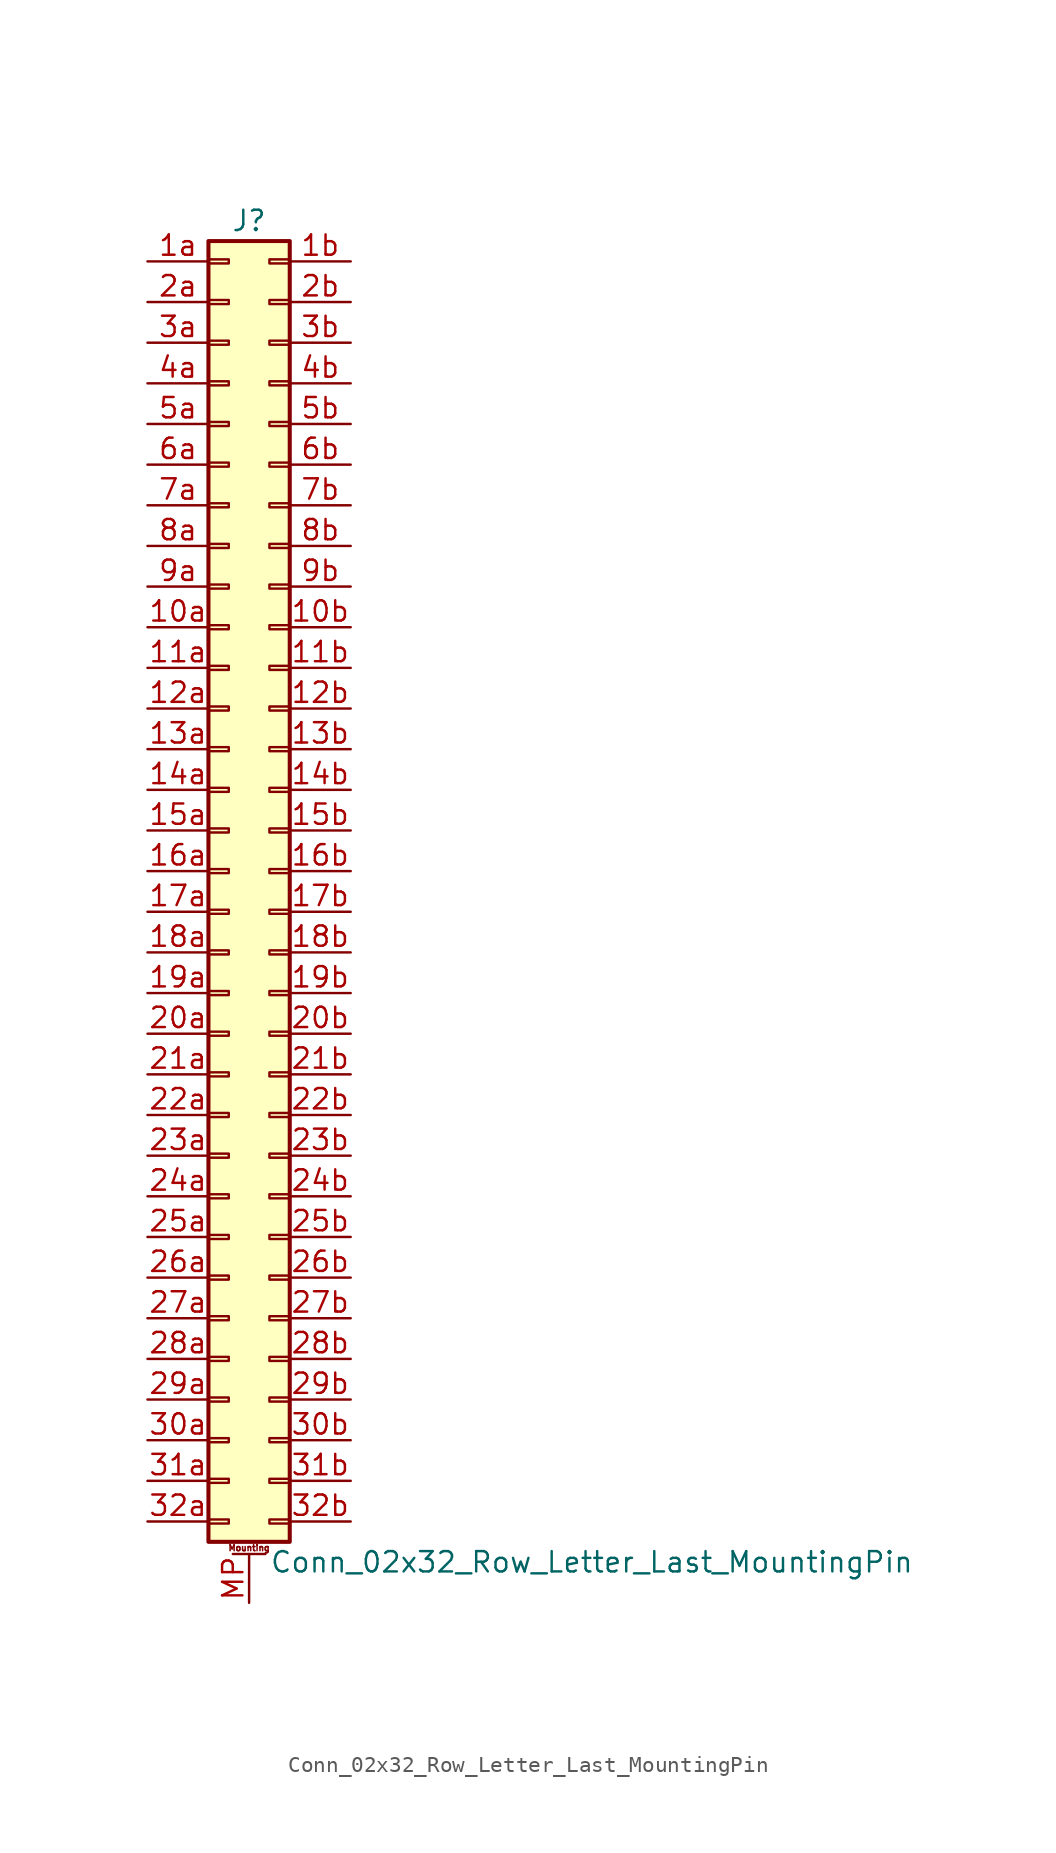
<source format=kicad_sym>
(kicad_symbol_lib
  (version 20220914)
  (generator kicad_symbol_editor)
  (symbol "Conn_02x32_Row_Letter_Last_MountingPin"
    (pin_names
      (offset 1.016) hide)
    (property "Reference" "J"
      (at 1.27 40.64 0)
      (effects (font (size 1.27 1.27))))
    (property "Value" "Conn_02x32_Row_Letter_Last_MountingPin"
      (at 2.54 -43.18 0)
      (effects (font (size 1.27 1.27)) (justify left)))
    (symbol "Conn_02x32_Row_Letter_Last_MountingPin_1_1"
      (rectangle (start -1.27 -40.513) (end 0 -40.767) (stroke (width 0.152) (type default)) (fill (type none)))
      (rectangle (start -1.27 -37.973) (end 0 -38.227) (stroke (width 0.152) (type default)) (fill (type none)))
      (rectangle (start -1.27 -35.433) (end 0 -35.687) (stroke (width 0.152) (type default)) (fill (type none)))
      (rectangle (start -1.27 -32.893) (end 0 -33.147) (stroke (width 0.152) (type default)) (fill (type none)))
      (rectangle (start -1.27 -30.353) (end 0 -30.607) (stroke (width 0.152) (type default)) (fill (type none)))
      (rectangle (start -1.27 -27.813) (end 0 -28.067) (stroke (width 0.152) (type default)) (fill (type none)))
      (rectangle (start -1.27 -25.273) (end 0 -25.527) (stroke (width 0.152) (type default)) (fill (type none)))
      (rectangle (start -1.27 -22.733) (end 0 -22.987) (stroke (width 0.152) (type default)) (fill (type none)))
      (rectangle (start -1.27 -20.193) (end 0 -20.447) (stroke (width 0.152) (type default)) (fill (type none)))
      (rectangle (start -1.27 -17.653) (end 0 -17.907) (stroke (width 0.152) (type default)) (fill (type none)))
      (rectangle (start -1.27 -15.113) (end 0 -15.367) (stroke (width 0.152) (type default)) (fill (type none)))
      (rectangle (start -1.27 -12.573) (end 0 -12.827) (stroke (width 0.152) (type default)) (fill (type none)))
      (rectangle (start -1.27 -10.033) (end 0 -10.287) (stroke (width 0.152) (type default)) (fill (type none)))
      (rectangle (start -1.27 -7.493) (end 0 -7.747) (stroke (width 0.152) (type default)) (fill (type none)))
      (rectangle (start -1.27 -4.953) (end 0 -5.207) (stroke (width 0.152) (type default)) (fill (type none)))
      (rectangle (start -1.27 -2.413) (end 0 -2.667) (stroke (width 0.152) (type default)) (fill (type none)))
      (rectangle (start -1.27 0.127) (end 0 -0.127) (stroke (width 0.152) (type default)) (fill (type none)))
      (rectangle (start -1.27 2.667) (end 0 2.413) (stroke (width 0.152) (type default)) (fill (type none)))
      (rectangle (start -1.27 5.207) (end 0 4.953) (stroke (width 0.152) (type default)) (fill (type none)))
      (rectangle (start -1.27 7.747) (end 0 7.493) (stroke (width 0.152) (type default)) (fill (type none)))
      (rectangle (start -1.27 10.287) (end 0 10.033) (stroke (width 0.152) (type default)) (fill (type none)))
      (rectangle (start -1.27 12.827) (end 0 12.573) (stroke (width 0.152) (type default)) (fill (type none)))
      (rectangle (start -1.27 15.367) (end 0 15.113) (stroke (width 0.152) (type default)) (fill (type none)))
      (rectangle (start -1.27 17.907) (end 0 17.653) (stroke (width 0.152) (type default)) (fill (type none)))
      (rectangle (start -1.27 20.447) (end 0 20.193) (stroke (width 0.152) (type default)) (fill (type none)))
      (rectangle (start -1.27 22.987) (end 0 22.733) (stroke (width 0.152) (type default)) (fill (type none)))
      (rectangle (start -1.27 25.527) (end 0 25.273) (stroke (width 0.152) (type default)) (fill (type none)))
      (rectangle (start -1.27 28.067) (end 0 27.813) (stroke (width 0.152) (type default)) (fill (type none)))
      (rectangle (start -1.27 30.607) (end 0 30.353) (stroke (width 0.152) (type default)) (fill (type none)))
      (rectangle (start -1.27 33.147) (end 0 32.893) (stroke (width 0.152) (type default)) (fill (type none)))
      (rectangle (start -1.27 35.687) (end 0 35.433) (stroke (width 0.152) (type default)) (fill (type none)))
      (rectangle (start -1.27 38.227) (end 0 37.973) (stroke (width 0.152) (type default)) (fill (type none)))
      (rectangle (start -1.27 39.37) (end 3.81 -41.91) (stroke (width 0.254) (type default)) (fill (type background)))
      (polyline (pts (xy 0.254 -42.672) (xy 2.286 -42.672)) (stroke (width 0.152) (type default)) (fill (type none)))
      (rectangle (start 3.81 -40.513) (end 2.54 -40.767) (stroke (width 0.152) (type default)) (fill (type none)))
      (rectangle (start 3.81 -37.973) (end 2.54 -38.227) (stroke (width 0.152) (type default)) (fill (type none)))
      (rectangle (start 3.81 -35.433) (end 2.54 -35.687) (stroke (width 0.152) (type default)) (fill (type none)))
      (rectangle (start 3.81 -32.893) (end 2.54 -33.147) (stroke (width 0.152) (type default)) (fill (type none)))
      (rectangle (start 3.81 -30.353) (end 2.54 -30.607) (stroke (width 0.152) (type default)) (fill (type none)))
      (rectangle (start 3.81 -27.813) (end 2.54 -28.067) (stroke (width 0.152) (type default)) (fill (type none)))
      (rectangle (start 3.81 -25.273) (end 2.54 -25.527) (stroke (width 0.152) (type default)) (fill (type none)))
      (rectangle (start 3.81 -22.733) (end 2.54 -22.987) (stroke (width 0.152) (type default)) (fill (type none)))
      (rectangle (start 3.81 -20.193) (end 2.54 -20.447) (stroke (width 0.152) (type default)) (fill (type none)))
      (rectangle (start 3.81 -17.653) (end 2.54 -17.907) (stroke (width 0.152) (type default)) (fill (type none)))
      (rectangle (start 3.81 -15.113) (end 2.54 -15.367) (stroke (width 0.152) (type default)) (fill (type none)))
      (rectangle (start 3.81 -12.573) (end 2.54 -12.827) (stroke (width 0.152) (type default)) (fill (type none)))
      (rectangle (start 3.81 -10.033) (end 2.54 -10.287) (stroke (width 0.152) (type default)) (fill (type none)))
      (rectangle (start 3.81 -7.493) (end 2.54 -7.747) (stroke (width 0.152) (type default)) (fill (type none)))
      (rectangle (start 3.81 -4.953) (end 2.54 -5.207) (stroke (width 0.152) (type default)) (fill (type none)))
      (rectangle (start 3.81 -2.413) (end 2.54 -2.667) (stroke (width 0.152) (type default)) (fill (type none)))
      (rectangle (start 3.81 0.127) (end 2.54 -0.127) (stroke (width 0.152) (type default)) (fill (type none)))
      (rectangle (start 3.81 2.667) (end 2.54 2.413) (stroke (width 0.152) (type default)) (fill (type none)))
      (rectangle (start 3.81 5.207) (end 2.54 4.953) (stroke (width 0.152) (type default)) (fill (type none)))
      (rectangle (start 3.81 7.747) (end 2.54 7.493) (stroke (width 0.152) (type default)) (fill (type none)))
      (rectangle (start 3.81 10.287) (end 2.54 10.033) (stroke (width 0.152) (type default)) (fill (type none)))
      (rectangle (start 3.81 12.827) (end 2.54 12.573) (stroke (width 0.152) (type default)) (fill (type none)))
      (rectangle (start 3.81 15.367) (end 2.54 15.113) (stroke (width 0.152) (type default)) (fill (type none)))
      (rectangle (start 3.81 17.907) (end 2.54 17.653) (stroke (width 0.152) (type default)) (fill (type none)))
      (rectangle (start 3.81 20.447) (end 2.54 20.193) (stroke (width 0.152) (type default)) (fill (type none)))
      (rectangle (start 3.81 22.987) (end 2.54 22.733) (stroke (width 0.152) (type default)) (fill (type none)))
      (rectangle (start 3.81 25.527) (end 2.54 25.273) (stroke (width 0.152) (type default)) (fill (type none)))
      (rectangle (start 3.81 28.067) (end 2.54 27.813) (stroke (width 0.152) (type default)) (fill (type none)))
      (rectangle (start 3.81 30.607) (end 2.54 30.353) (stroke (width 0.152) (type default)) (fill (type none)))
      (rectangle (start 3.81 33.147) (end 2.54 32.893) (stroke (width 0.152) (type default)) (fill (type none)))
      (rectangle (start 3.81 35.687) (end 2.54 35.433) (stroke (width 0.152) (type default)) (fill (type none)))
      (rectangle (start 3.81 38.227) (end 2.54 37.973) (stroke (width 0.152) (type default)) (fill (type none)))
      (text "Mounting" (at 1.27 -42.291 0) (effects (font (size 0.381 0.381))))
      (pin passive line (at -5.08 15.24 0) (length 3.81) (name "Pin_10a" (effects (font (size 1.27 1.27)))) (number "10a" (effects (font (size 1.27 1.27)))))
      (pin passive line (at 7.62 15.24 180) (length 3.81) (name "Pin_10b" (effects (font (size 1.27 1.27)))) (number "10b" (effects (font (size 1.27 1.27)))))
      (pin passive line (at -5.08 12.7 0) (length 3.81) (name "Pin_11a" (effects (font (size 1.27 1.27)))) (number "11a" (effects (font (size 1.27 1.27)))))
      (pin passive line (at 7.62 12.7 180) (length 3.81) (name "Pin_11b" (effects (font (size 1.27 1.27)))) (number "11b" (effects (font (size 1.27 1.27)))))
      (pin passive line (at -5.08 10.16 0) (length 3.81) (name "Pin_12a" (effects (font (size 1.27 1.27)))) (number "12a" (effects (font (size 1.27 1.27)))))
      (pin passive line (at 7.62 10.16 180) (length 3.81) (name "Pin_12b" (effects (font (size 1.27 1.27)))) (number "12b" (effects (font (size 1.27 1.27)))))
      (pin passive line (at -5.08 7.62 0) (length 3.81) (name "Pin_13a" (effects (font (size 1.27 1.27)))) (number "13a" (effects (font (size 1.27 1.27)))))
      (pin passive line (at 7.62 7.62 180) (length 3.81) (name "Pin_13b" (effects (font (size 1.27 1.27)))) (number "13b" (effects (font (size 1.27 1.27)))))
      (pin passive line (at -5.08 5.08 0) (length 3.81) (name "Pin_14a" (effects (font (size 1.27 1.27)))) (number "14a" (effects (font (size 1.27 1.27)))))
      (pin passive line (at 7.62 5.08 180) (length 3.81) (name "Pin_14b" (effects (font (size 1.27 1.27)))) (number "14b" (effects (font (size 1.27 1.27)))))
      (pin passive line (at -5.08 2.54 0) (length 3.81) (name "Pin_15a" (effects (font (size 1.27 1.27)))) (number "15a" (effects (font (size 1.27 1.27)))))
      (pin passive line (at 7.62 2.54 180) (length 3.81) (name "Pin_15b" (effects (font (size 1.27 1.27)))) (number "15b" (effects (font (size 1.27 1.27)))))
      (pin passive line (at -5.08 0 0) (length 3.81) (name "Pin_16a" (effects (font (size 1.27 1.27)))) (number "16a" (effects (font (size 1.27 1.27)))))
      (pin passive line (at 7.62 0 180) (length 3.81) (name "Pin_16b" (effects (font (size 1.27 1.27)))) (number "16b" (effects (font (size 1.27 1.27)))))
      (pin passive line (at -5.08 -2.54 0) (length 3.81) (name "Pin_17a" (effects (font (size 1.27 1.27)))) (number "17a" (effects (font (size 1.27 1.27)))))
      (pin passive line (at 7.62 -2.54 180) (length 3.81) (name "Pin_17b" (effects (font (size 1.27 1.27)))) (number "17b" (effects (font (size 1.27 1.27)))))
      (pin passive line (at -5.08 -5.08 0) (length 3.81) (name "Pin_18a" (effects (font (size 1.27 1.27)))) (number "18a" (effects (font (size 1.27 1.27)))))
      (pin passive line (at 7.62 -5.08 180) (length 3.81) (name "Pin_18b" (effects (font (size 1.27 1.27)))) (number "18b" (effects (font (size 1.27 1.27)))))
      (pin passive line (at -5.08 -7.62 0) (length 3.81) (name "Pin_19a" (effects (font (size 1.27 1.27)))) (number "19a" (effects (font (size 1.27 1.27)))))
      (pin passive line (at 7.62 -7.62 180) (length 3.81) (name "Pin_19b" (effects (font (size 1.27 1.27)))) (number "19b" (effects (font (size 1.27 1.27)))))
      (pin passive line (at -5.08 38.1 0) (length 3.81) (name "Pin_1a" (effects (font (size 1.27 1.27)))) (number "1a" (effects (font (size 1.27 1.27)))))
      (pin passive line (at 7.62 38.1 180) (length 3.81) (name "Pin_1b" (effects (font (size 1.27 1.27)))) (number "1b" (effects (font (size 1.27 1.27)))))
      (pin passive line (at -5.08 -10.16 0) (length 3.81) (name "Pin_20a" (effects (font (size 1.27 1.27)))) (number "20a" (effects (font (size 1.27 1.27)))))
      (pin passive line (at 7.62 -10.16 180) (length 3.81) (name "Pin_20b" (effects (font (size 1.27 1.27)))) (number "20b" (effects (font (size 1.27 1.27)))))
      (pin passive line (at -5.08 -12.7 0) (length 3.81) (name "Pin_21a" (effects (font (size 1.27 1.27)))) (number "21a" (effects (font (size 1.27 1.27)))))
      (pin passive line (at 7.62 -12.7 180) (length 3.81) (name "Pin_21b" (effects (font (size 1.27 1.27)))) (number "21b" (effects (font (size 1.27 1.27)))))
      (pin passive line (at -5.08 -15.24 0) (length 3.81) (name "Pin_22a" (effects (font (size 1.27 1.27)))) (number "22a" (effects (font (size 1.27 1.27)))))
      (pin passive line (at 7.62 -15.24 180) (length 3.81) (name "Pin_22b" (effects (font (size 1.27 1.27)))) (number "22b" (effects (font (size 1.27 1.27)))))
      (pin passive line (at -5.08 -17.78 0) (length 3.81) (name "Pin_23a" (effects (font (size 1.27 1.27)))) (number "23a" (effects (font (size 1.27 1.27)))))
      (pin passive line (at 7.62 -17.78 180) (length 3.81) (name "Pin_23b" (effects (font (size 1.27 1.27)))) (number "23b" (effects (font (size 1.27 1.27)))))
      (pin passive line (at -5.08 -20.32 0) (length 3.81) (name "Pin_24a" (effects (font (size 1.27 1.27)))) (number "24a" (effects (font (size 1.27 1.27)))))
      (pin passive line (at 7.62 -20.32 180) (length 3.81) (name "Pin_24b" (effects (font (size 1.27 1.27)))) (number "24b" (effects (font (size 1.27 1.27)))))
      (pin passive line (at -5.08 -22.86 0) (length 3.81) (name "Pin_25a" (effects (font (size 1.27 1.27)))) (number "25a" (effects (font (size 1.27 1.27)))))
      (pin passive line (at 7.62 -22.86 180) (length 3.81) (name "Pin_25b" (effects (font (size 1.27 1.27)))) (number "25b" (effects (font (size 1.27 1.27)))))
      (pin passive line (at -5.08 -25.4 0) (length 3.81) (name "Pin_26a" (effects (font (size 1.27 1.27)))) (number "26a" (effects (font (size 1.27 1.27)))))
      (pin passive line (at 7.62 -25.4 180) (length 3.81) (name "Pin_26b" (effects (font (size 1.27 1.27)))) (number "26b" (effects (font (size 1.27 1.27)))))
      (pin passive line (at -5.08 -27.94 0) (length 3.81) (name "Pin_27a" (effects (font (size 1.27 1.27)))) (number "27a" (effects (font (size 1.27 1.27)))))
      (pin passive line (at 7.62 -27.94 180) (length 3.81) (name "Pin_27b" (effects (font (size 1.27 1.27)))) (number "27b" (effects (font (size 1.27 1.27)))))
      (pin passive line (at -5.08 -30.48 0) (length 3.81) (name "Pin_28a" (effects (font (size 1.27 1.27)))) (number "28a" (effects (font (size 1.27 1.27)))))
      (pin passive line (at 7.62 -30.48 180) (length 3.81) (name "Pin_28b" (effects (font (size 1.27 1.27)))) (number "28b" (effects (font (size 1.27 1.27)))))
      (pin passive line (at -5.08 -33.02 0) (length 3.81) (name "Pin_29a" (effects (font (size 1.27 1.27)))) (number "29a" (effects (font (size 1.27 1.27)))))
      (pin passive line (at 7.62 -33.02 180) (length 3.81) (name "Pin_29b" (effects (font (size 1.27 1.27)))) (number "29b" (effects (font (size 1.27 1.27)))))
      (pin passive line (at -5.08 35.56 0) (length 3.81) (name "Pin_2a" (effects (font (size 1.27 1.27)))) (number "2a" (effects (font (size 1.27 1.27)))))
      (pin passive line (at 7.62 35.56 180) (length 3.81) (name "Pin_2b" (effects (font (size 1.27 1.27)))) (number "2b" (effects (font (size 1.27 1.27)))))
      (pin passive line (at -5.08 -35.56 0) (length 3.81) (name "Pin_30a" (effects (font (size 1.27 1.27)))) (number "30a" (effects (font (size 1.27 1.27)))))
      (pin passive line (at 7.62 -35.56 180) (length 3.81) (name "Pin_30b" (effects (font (size 1.27 1.27)))) (number "30b" (effects (font (size 1.27 1.27)))))
      (pin passive line (at -5.08 -38.1 0) (length 3.81) (name "Pin_31a" (effects (font (size 1.27 1.27)))) (number "31a" (effects (font (size 1.27 1.27)))))
      (pin passive line (at 7.62 -38.1 180) (length 3.81) (name "Pin_31b" (effects (font (size 1.27 1.27)))) (number "31b" (effects (font (size 1.27 1.27)))))
      (pin passive line (at -5.08 -40.64 0) (length 3.81) (name "Pin_32a" (effects (font (size 1.27 1.27)))) (number "32a" (effects (font (size 1.27 1.27)))))
      (pin passive line (at 7.62 -40.64 180) (length 3.81) (name "Pin_32b" (effects (font (size 1.27 1.27)))) (number "32b" (effects (font (size 1.27 1.27)))))
      (pin passive line (at -5.08 33.02 0) (length 3.81) (name "Pin_3a" (effects (font (size 1.27 1.27)))) (number "3a" (effects (font (size 1.27 1.27)))))
      (pin passive line (at 7.62 33.02 180) (length 3.81) (name "Pin_3b" (effects (font (size 1.27 1.27)))) (number "3b" (effects (font (size 1.27 1.27)))))
      (pin passive line (at -5.08 30.48 0) (length 3.81) (name "Pin_4a" (effects (font (size 1.27 1.27)))) (number "4a" (effects (font (size 1.27 1.27)))))
      (pin passive line (at 7.62 30.48 180) (length 3.81) (name "Pin_4b" (effects (font (size 1.27 1.27)))) (number "4b" (effects (font (size 1.27 1.27)))))
      (pin passive line (at -5.08 27.94 0) (length 3.81) (name "Pin_5a" (effects (font (size 1.27 1.27)))) (number "5a" (effects (font (size 1.27 1.27)))))
      (pin passive line (at 7.62 27.94 180) (length 3.81) (name "Pin_5b" (effects (font (size 1.27 1.27)))) (number "5b" (effects (font (size 1.27 1.27)))))
      (pin passive line (at -5.08 25.4 0) (length 3.81) (name "Pin_6a" (effects (font (size 1.27 1.27)))) (number "6a" (effects (font (size 1.27 1.27)))))
      (pin passive line (at 7.62 25.4 180) (length 3.81) (name "Pin_6b" (effects (font (size 1.27 1.27)))) (number "6b" (effects (font (size 1.27 1.27)))))
      (pin passive line (at -5.08 22.86 0) (length 3.81) (name "Pin_7a" (effects (font (size 1.27 1.27)))) (number "7a" (effects (font (size 1.27 1.27)))))
      (pin passive line (at 7.62 22.86 180) (length 3.81) (name "Pin_7b" (effects (font (size 1.27 1.27)))) (number "7b" (effects (font (size 1.27 1.27)))))
      (pin passive line (at -5.08 20.32 0) (length 3.81) (name "Pin_8a" (effects (font (size 1.27 1.27)))) (number "8a" (effects (font (size 1.27 1.27)))))
      (pin passive line (at 7.62 20.32 180) (length 3.81) (name "Pin_8b" (effects (font (size 1.27 1.27)))) (number "8b" (effects (font (size 1.27 1.27)))))
      (pin passive line (at -5.08 17.78 0) (length 3.81) (name "Pin_9a" (effects (font (size 1.27 1.27)))) (number "9a" (effects (font (size 1.27 1.27)))))
      (pin passive line (at 7.62 17.78 180) (length 3.81) (name "Pin_9b" (effects (font (size 1.27 1.27)))) (number "9b" (effects (font (size 1.27 1.27)))))
      (pin passive line (at 1.27 -45.72 90) (length 3.048) (name "MountPin" (effects (font (size 1.27 1.27)))) (number "MP" (effects (font (size 1.27 1.27))))))))
</source>
